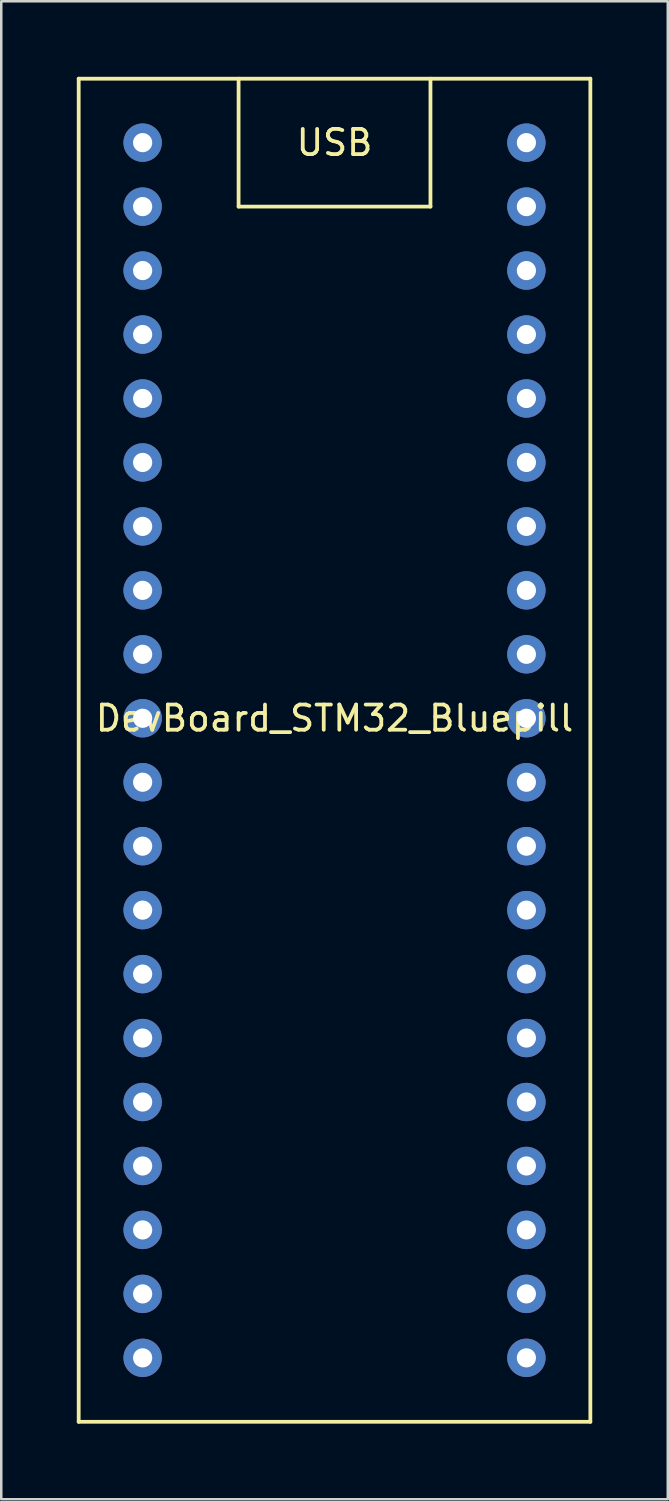
<source format=kicad_pcb>
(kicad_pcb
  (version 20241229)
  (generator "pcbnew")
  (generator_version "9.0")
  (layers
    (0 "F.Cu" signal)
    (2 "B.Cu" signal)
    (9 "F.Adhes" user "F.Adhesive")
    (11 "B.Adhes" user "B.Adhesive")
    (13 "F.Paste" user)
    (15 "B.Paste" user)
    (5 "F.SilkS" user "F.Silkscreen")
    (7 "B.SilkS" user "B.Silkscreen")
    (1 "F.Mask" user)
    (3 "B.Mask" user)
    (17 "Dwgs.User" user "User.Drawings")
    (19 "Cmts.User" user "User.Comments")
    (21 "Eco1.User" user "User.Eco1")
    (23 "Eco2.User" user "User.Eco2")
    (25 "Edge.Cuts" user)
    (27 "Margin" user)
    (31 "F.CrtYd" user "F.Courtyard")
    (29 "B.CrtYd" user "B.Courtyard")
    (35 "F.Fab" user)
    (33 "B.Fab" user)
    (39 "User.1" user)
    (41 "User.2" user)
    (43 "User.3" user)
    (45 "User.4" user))
  (footprint "DevBoard_STM32_Bluepill"
    (layer "F.Cu")
    (at 2.615 50.875)
    (property "Reference" "DevBoard_STM32_Bluepill" (at 7.62 -25.4 0) (layer "F.SilkS") (effects (font (size 1 1) (thickness 0.15))))
    (attr through_hole)
    (fp_line (start -2.54 -50.8) (end 17.78 -50.8) (stroke (width 0.15) (type solid)) (layer "F.SilkS"))
    (fp_line (start -2.54 2.54) (end -2.54 -50.8) (stroke (width 0.15) (type solid)) (layer "F.SilkS"))
    (fp_line (start 3.81 -50.8) (end 3.81 -45.72) (stroke (width 0.15) (type solid)) (layer "F.SilkS"))
    (fp_line (start 3.81 -45.72) (end 11.43 -45.72) (stroke (width 0.15) (type solid)) (layer "F.SilkS"))
    (fp_line (start 11.43 -45.72) (end 11.43 -50.8) (stroke (width 0.15) (type solid)) (layer "F.SilkS"))
    (fp_line (start 17.78 -50.8) (end 17.78 2.54) (stroke (width 0.15) (type solid)) (layer "F.SilkS"))
    (fp_line (start 17.78 2.54) (end -2.54 2.54) (stroke (width 0.15) (type solid)) (layer "F.SilkS"))
    (fp_text user "USB" (at 7.62 -48.26 0) (layer "F.SilkS") (effects (font (size 1 1) (thickness 0.15))))
    (pad "3V3" thru_hole circle (at 0 0 90) (size 1.524 1.524) (drill 0.762) (layers "*.Cu" "*.Mask"))
    (pad "3V3" thru_hole circle (at 15.24 -43.18 90) (size 1.524 1.524) (drill 0.762) (layers "*.Cu" "*.Mask"))
    (pad "5V" thru_hole circle (at 0 -5.08 90) (size 1.524 1.524) (drill 0.762) (layers "*.Cu" "*.Mask"))
    (pad "GND" thru_hole circle (at 0 -2.54 90) (size 1.524 1.524) (drill 0.762) (layers "*.Cu" "*.Mask"))
    (pad "GND" thru_hole circle (at 15.24 -48.26 90) (size 1.524 1.524) (drill 0.762) (layers "*.Cu" "*.Mask"))
    (pad "GND" thru_hole circle (at 15.24 -45.72 90) (size 1.524 1.524) (drill 0.762) (layers "*.Cu" "*.Mask"))
    (pad "NRST" thru_hole circle (at 15.24 -40.64 90) (size 1.524 1.524) (drill 0.762) (layers "*.Cu" "*.Mask"))
    (pad "PA0" thru_hole circle (at 15.24 -10.16 90) (size 1.524 1.524) (drill 0.762) (layers "*.Cu" "*.Mask"))
    (pad "PA1" thru_hole circle (at 15.24 -12.7 90) (size 1.524 1.524) (drill 0.762) (layers "*.Cu" "*.Mask"))
    (pad "PA2" thru_hole circle (at 15.24 -15.24 90) (size 1.524 1.524) (drill 0.762) (layers "*.Cu" "*.Mask"))
    (pad "PA3" thru_hole circle (at 15.24 -17.78 90) (size 1.524 1.524) (drill 0.762) (layers "*.Cu" "*.Mask"))
    (pad "PA4" thru_hole circle (at 15.24 -20.32 90) (size 1.524 1.524) (drill 0.762) (layers "*.Cu" "*.Mask"))
    (pad "PA5" thru_hole circle (at 15.24 -22.86 90) (size 1.524 1.524) (drill 0.762) (layers "*.Cu" "*.Mask"))
    (pad "PA6" thru_hole circle (at 15.24 -25.4 90) (size 1.524 1.524) (drill 0.762) (layers "*.Cu" "*.Mask"))
    (pad "PA7" thru_hole circle (at 15.24 -27.94 90) (size 1.524 1.524) (drill 0.762) (layers "*.Cu" "*.Mask"))
    (pad "PA8" thru_hole circle (at 0 -38.1 90) (size 1.524 1.524) (drill 0.762) (layers "*.Cu" "*.Mask"))
    (pad "PA9" thru_hole circle (at 0 -35.56 90) (size 1.524 1.524) (drill 0.762) (layers "*.Cu" "*.Mask"))
    (pad "PA10" thru_hole circle (at 0 -33.02 90) (size 1.524 1.524) (drill 0.762) (layers "*.Cu" "*.Mask"))
    (pad "PA11" thru_hole circle (at 0 -30.48 90) (size 1.524 1.524) (drill 0.762) (layers "*.Cu" "*.Mask"))
    (pad "PA12" thru_hole circle (at 0 -27.94 90) (size 1.524 1.524) (drill 0.762) (layers "*.Cu" "*.Mask"))
    (pad "PA15" thru_hole circle (at 0 -25.4 90) (size 1.524 1.524) (drill 0.762) (layers "*.Cu" "*.Mask"))
    (pad "PB0" thru_hole circle (at 15.24 -30.48 90) (size 1.524 1.524) (drill 0.762) (layers "*.Cu" "*.Mask"))
    (pad "PB1" thru_hole circle (at 15.24 -33.02 90) (size 1.524 1.524) (drill 0.762) (layers "*.Cu" "*.Mask"))
    (pad "PB3" thru_hole circle (at 0 -22.86 90) (size 1.524 1.524) (drill 0.762) (layers "*.Cu" "*.Mask"))
    (pad "PB4" thru_hole circle (at 0 -20.32 90) (size 1.524 1.524) (drill 0.762) (layers "*.Cu" "*.Mask"))
    (pad "PB5" thru_hole circle (at 0 -17.78 90) (size 1.524 1.524) (drill 0.762) (layers "*.Cu" "*.Mask"))
    (pad "PB6" thru_hole circle (at 0 -15.24 90) (size 1.524 1.524) (drill 0.762) (layers "*.Cu" "*.Mask"))
    (pad "PB7" thru_hole circle (at 0 -12.7 90) (size 1.524 1.524) (drill 0.762) (layers "*.Cu" "*.Mask"))
    (pad "PB8" thru_hole circle (at 0 -10.16 90) (size 1.524 1.524) (drill 0.762) (layers "*.Cu" "*.Mask"))
    (pad "PB9" thru_hole circle (at 0 -7.62 90) (size 1.524 1.524) (drill 0.762) (layers "*.Cu" "*.Mask"))
    (pad "PB10" thru_hole circle (at 15.24 -35.56 90) (size 1.524 1.524) (drill 0.762) (layers "*.Cu" "*.Mask"))
    (pad "PB11" thru_hole circle (at 15.24 -38.1 90) (size 1.524 1.524) (drill 0.762) (layers "*.Cu" "*.Mask"))
    (pad "PB12" thru_hole circle (at 0 -48.26 90) (size 1.524 1.524) (drill 0.762) (layers "*.Cu" "*.Mask"))
    (pad "PB13" thru_hole circle (at 0 -45.72 90) (size 1.524 1.524) (drill 0.762) (layers "*.Cu" "*.Mask"))
    (pad "PB14" thru_hole circle (at 0 -43.18 90) (size 1.524 1.524) (drill 0.762) (layers "*.Cu" "*.Mask"))
    (pad "PB15" thru_hole circle (at 0 -40.64 90) (size 1.524 1.524) (drill 0.762) (layers "*.Cu" "*.Mask"))
    (pad "PC13" thru_hole circle (at 15.24 -2.54 90) (size 1.524 1.524) (drill 0.762) (layers "*.Cu" "*.Mask"))
    (pad "PC14" thru_hole circle (at 15.24 -5.08 90) (size 1.524 1.524) (drill 0.762) (layers "*.Cu" "*.Mask"))
    (pad "PC15" thru_hole circle (at 15.24 -7.62 90) (size 1.524 1.524) (drill 0.762) (layers "*.Cu" "*.Mask"))
    (pad "VBAT" thru_hole circle (at 15.24 0 90) (size 1.524 1.524) (drill 0.762) (layers "*.Cu" "*.Mask")))
  (gr_rect
    (start -3 -3)
    (end 23.47 56.49)
    (stroke (width 0.1) (type default))
    (fill no)
    (layer "Edge.Cuts")))
</source>
